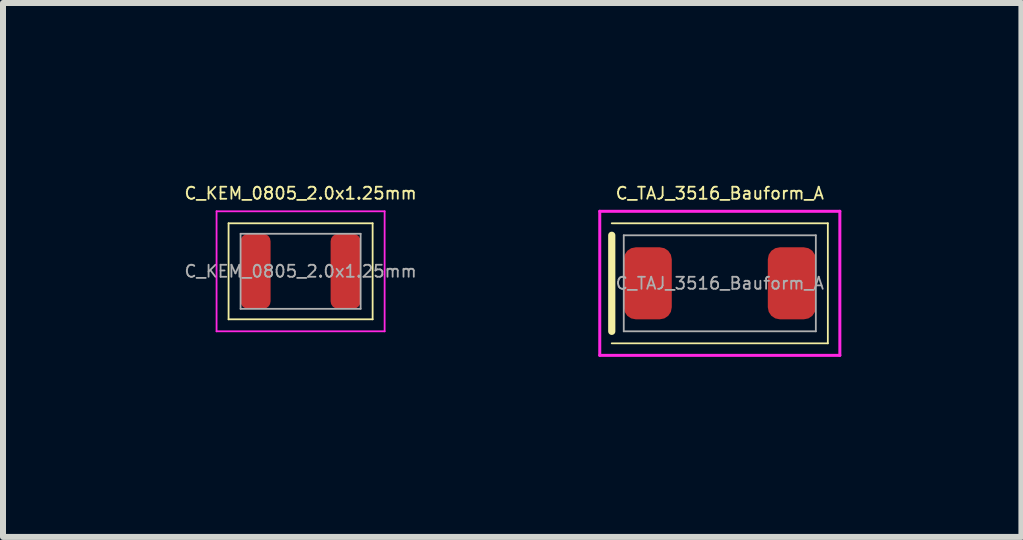
<source format=kicad_pcb>
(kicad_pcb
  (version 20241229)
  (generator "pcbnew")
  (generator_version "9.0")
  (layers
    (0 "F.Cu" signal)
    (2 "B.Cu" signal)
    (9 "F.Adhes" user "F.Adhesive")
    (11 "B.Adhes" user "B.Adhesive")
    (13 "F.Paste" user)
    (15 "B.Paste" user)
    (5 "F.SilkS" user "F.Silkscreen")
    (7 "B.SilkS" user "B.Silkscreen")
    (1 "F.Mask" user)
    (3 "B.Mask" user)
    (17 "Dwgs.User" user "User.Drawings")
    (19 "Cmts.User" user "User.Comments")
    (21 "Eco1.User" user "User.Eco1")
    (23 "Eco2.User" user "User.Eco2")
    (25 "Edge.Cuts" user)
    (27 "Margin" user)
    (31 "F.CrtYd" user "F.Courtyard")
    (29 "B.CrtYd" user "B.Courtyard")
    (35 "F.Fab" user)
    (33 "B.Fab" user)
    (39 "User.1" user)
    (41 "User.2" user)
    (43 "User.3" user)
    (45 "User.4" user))
  (footprint "C_TAJ_3516_Bauform_A"
    (layer "F.Cu")
    (at 8.942 1.67)
    (property "Reference" "C_TAJ_3516_Bauform_A" (at 0 -1.5 0) (unlocked yes) (layer "F.SilkS") (effects (font (size 0.2 0.2) (thickness 0.03))))
    (attr smd)
    (fp_line (start -1.8 -1) (end 1.8 -1) (stroke (width 0.03) (type solid)) (layer "F.SilkS"))
    (fp_line (start -1.8 0.8) (end -1.8 -0.8) (stroke (width 0.12) (type solid)) (layer "F.SilkS"))
    (fp_line (start 1.8 -1) (end 1.8 1) (stroke (width 0.03) (type solid)) (layer "F.SilkS"))
    (fp_line (start 1.8 1) (end -1.8 1) (stroke (width 0.03) (type solid)) (layer "F.SilkS"))
    (fp_line (start -2 -1.2) (end 2 -1.2) (stroke (width 0.05) (type solid)) (layer "F.CrtYd"))
    (fp_line (start -2 1.2) (end -2 -1.2) (stroke (width 0.05) (type solid)) (layer "F.CrtYd"))
    (fp_line (start 2 -1.2) (end 2 1.2) (stroke (width 0.05) (type solid)) (layer "F.CrtYd"))
    (fp_line (start 2 1.2) (end -2 1.2) (stroke (width 0.05) (type solid)) (layer "F.CrtYd"))
    (fp_line (start -1.6 -0.8) (end 1.6 -0.8) (stroke (width 0.03) (type solid)) (layer "F.Fab"))
    (fp_line (start -1.6 0.8) (end -1.6 -0.8) (stroke (width 0.03) (type solid)) (layer "F.Fab"))
    (fp_line (start 1.6 -0.8) (end 1.6 0.8) (stroke (width 0.03) (type solid)) (layer "F.Fab"))
    (fp_line (start 1.6 0.8) (end -1.6 0.8) (stroke (width 0.03) (type solid)) (layer "F.Fab"))
    (fp_text user "${REFERENCE}" (at 0 0 0) (unlocked yes) (layer "F.Fab") (effects (font (size 0.2 0.2) (thickness 0.03))))
    (pad "1" smd roundrect (at -1.2 0) (size 0.8 1.2) (layers "F.Cu" "F.Mask" "F.Paste") (roundrect_rratio 0.25))
    (pad "2" smd roundrect (at 1.2 0) (size 0.8 1.2) (layers "F.Cu" "F.Mask" "F.Paste") (roundrect_rratio 0.25)))
  (footprint "C_KEM_0805_2.0x1.25mm"
    (layer "F.Cu")
    (at 1.958 1.47)
    (property "Reference" "C_KEM_0805_2.0x1.25mm" (at 0 -1.3 0) (unlocked yes) (layer "F.SilkS") (effects (font (size 0.2 0.2) (thickness 0.03))))
    (attr smd)
    (fp_line (start -1.2 -0.8) (end -1.2 0.8) (stroke (width 0.03) (type solid)) (layer "F.SilkS"))
    (fp_line (start -1.2 0.8) (end 1.2 0.8) (stroke (width 0.03) (type solid)) (layer "F.SilkS"))
    (fp_line (start 1.2 -0.8) (end -1.2 -0.8) (stroke (width 0.03) (type solid)) (layer "F.SilkS"))
    (fp_line (start 1.2 0.8) (end 1.2 -0.8) (stroke (width 0.03) (type solid)) (layer "F.SilkS"))
    (fp_line (start -1.4 -1) (end -1.4 1) (stroke (width 0.03) (type solid)) (layer "F.CrtYd"))
    (fp_line (start 1.4 -1) (end -1.4 -1) (stroke (width 0.03) (type solid)) (layer "F.CrtYd"))
    (fp_line (start 1.4 1) (end -1.4 1) (stroke (width 0.03) (type solid)) (layer "F.CrtYd"))
    (fp_line (start 1.4 1) (end 1.4 -1) (stroke (width 0.03) (type solid)) (layer "F.CrtYd"))
    (fp_line (start -1 -0.625) (end 1 -0.625) (stroke (width 0.03) (type solid)) (layer "F.Fab"))
    (fp_line (start -1 0.625) (end -1 -0.625) (stroke (width 0.03) (type solid)) (layer "F.Fab"))
    (fp_line (start 1 -0.625) (end 1 0.625) (stroke (width 0.03) (type solid)) (layer "F.Fab"))
    (fp_line (start 1 0.625) (end -1 0.625) (stroke (width 0.03) (type solid)) (layer "F.Fab"))
    (fp_text user "${REFERENCE}" (at 0 0 0) (unlocked yes) (layer "F.Fab") (effects (font (size 0.2 0.2) (thickness 0.03))))
    (pad "1" smd roundrect (at -0.75 0) (size 0.5 1.25) (layers "F.Cu" "F.Mask" "F.Paste") (roundrect_rratio 0.25))
    (pad "2" smd roundrect (at 0.75 0) (size 0.5 1.25) (layers "F.Cu" "F.Mask" "F.Paste") (roundrect_rratio 0.25)))
  (gr_rect
    (start -3 -3)
    (end 13.967 5.895)
    (stroke (width 0.1) (type default))
    (fill no)
    (layer "Edge.Cuts")))
</source>
